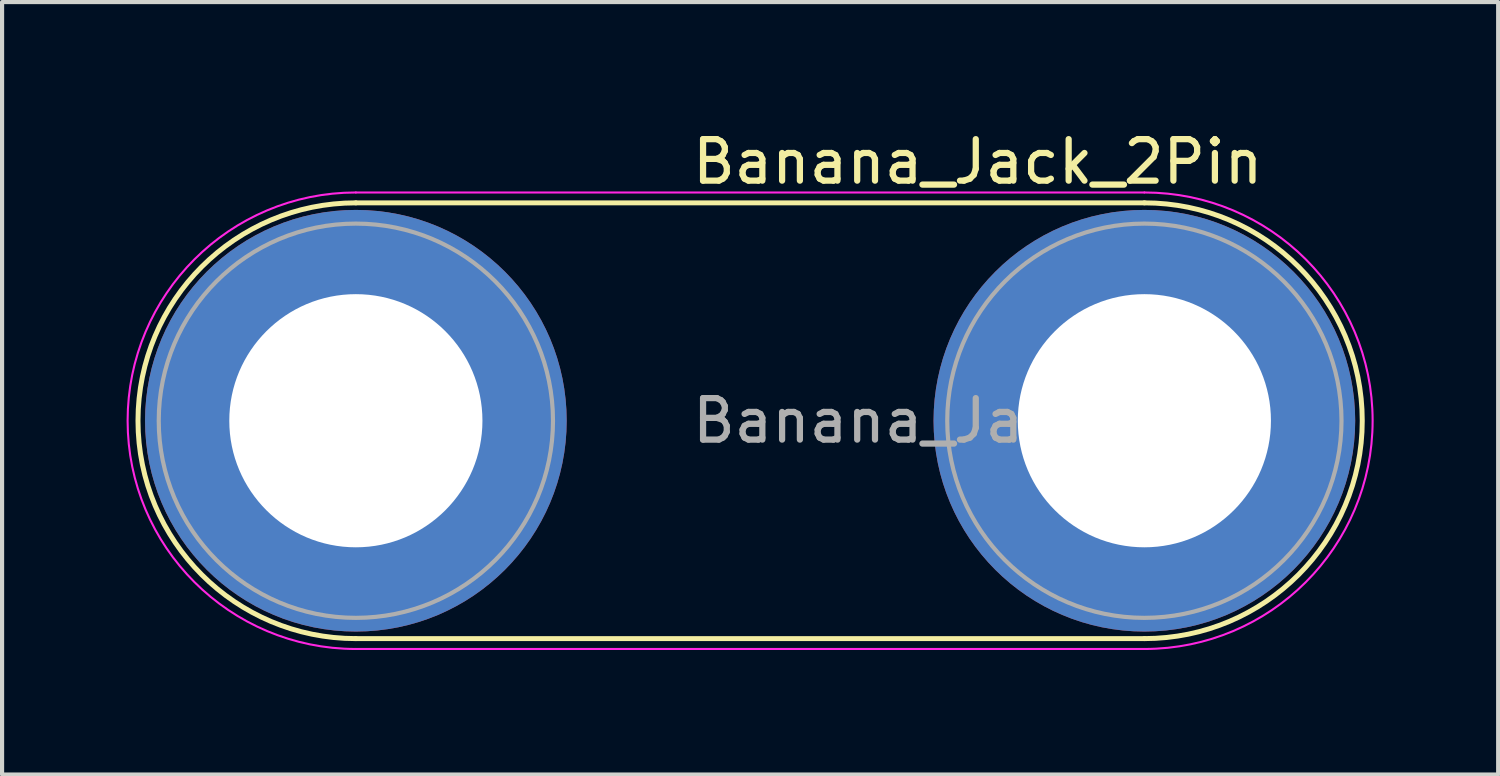
<source format=kicad_pcb>
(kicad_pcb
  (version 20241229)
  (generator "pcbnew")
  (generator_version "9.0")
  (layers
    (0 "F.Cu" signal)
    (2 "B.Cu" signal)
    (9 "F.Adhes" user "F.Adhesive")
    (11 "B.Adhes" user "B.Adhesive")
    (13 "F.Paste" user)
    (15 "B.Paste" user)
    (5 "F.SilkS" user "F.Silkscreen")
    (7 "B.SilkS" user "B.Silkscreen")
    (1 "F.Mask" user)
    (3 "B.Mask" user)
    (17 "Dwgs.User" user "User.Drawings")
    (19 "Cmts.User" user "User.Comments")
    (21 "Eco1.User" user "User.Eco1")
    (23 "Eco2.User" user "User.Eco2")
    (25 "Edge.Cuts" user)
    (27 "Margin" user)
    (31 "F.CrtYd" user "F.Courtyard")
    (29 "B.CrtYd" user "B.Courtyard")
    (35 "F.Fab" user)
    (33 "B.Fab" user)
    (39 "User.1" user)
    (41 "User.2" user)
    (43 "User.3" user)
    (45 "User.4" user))
  (footprint "Banana_Jack_2Pin"
    (layer "F.Cu")
    (at 5.525 7.088)
    (property "Reference" "Banana_Jack_2Pin" (at 14.985 -6.24 0) (layer "F.SilkS") (effects (font (size 1 1) (thickness 0.15))))
    (attr through_hole)
    (fp_line (start 0 5.25) (end 19 5.25) (stroke (width 0.12) (type solid)) (layer "F.SilkS"))
    (fp_line (start 19 -5.25) (end 0 -5.25) (stroke (width 0.12) (type solid)) (layer "F.SilkS"))
    (fp_arc (start 0 5.25) (mid -5.25 0) (end 0 -5.25) (stroke (width 0.12) (type solid)) (layer "F.SilkS"))
    (fp_arc (start 19 -5.25) (mid 24.25 0) (end 19 5.25) (stroke (width 0.12) (type solid)) (layer "F.SilkS"))
    (fp_line (start 0 5.5) (end 19 5.5) (stroke (width 0.05) (type solid)) (layer "F.CrtYd"))
    (fp_line (start 19 -5.5) (end 0 -5.5) (stroke (width 0.05) (type solid)) (layer "F.CrtYd"))
    (fp_arc (start 0 5.5) (mid -5.5 0) (end 0 -5.5) (stroke (width 0.05) (type solid)) (layer "F.CrtYd"))
    (fp_arc (start 19 -5.5) (mid 24.5 0) (end 19 5.5) (stroke (width 0.05) (type solid)) (layer "F.CrtYd"))
    (fp_circle (center 0 0) (end 2 0) (stroke (width 0.1) (type solid)) (fill no) (layer "F.Fab"))
    (fp_circle (center 0 0) (end 4.75 0) (stroke (width 0.1) (type solid)) (fill no) (layer "F.Fab"))
    (fp_circle (center 19 0) (end 21 0) (stroke (width 0.1) (type solid)) (fill no) (layer "F.Fab"))
    (fp_circle (center 19 0) (end 23.75 0) (stroke (width 0.1) (type solid)) (fill no) (layer "F.Fab"))
    (fp_text user "${REFERENCE}" (at 14.985 0 0) (layer "F.Fab") (effects (font (size 1 1) (thickness 0.15))))
    (pad "1" thru_hole circle (at 0 0) (size 10.16 10.16) (drill 6.1) (layers "*.Cu" "*.Mask"))
    (pad "2" thru_hole circle (at 19 0) (size 10.16 10.16) (drill 6.1) (layers "*.Cu" "*.Mask")))
  (gr_rect
    (start -3 -3)
    (end 33.05 15.613)
    (stroke (width 0.1) (type default))
    (fill no)
    (layer "Edge.Cuts")))
</source>
